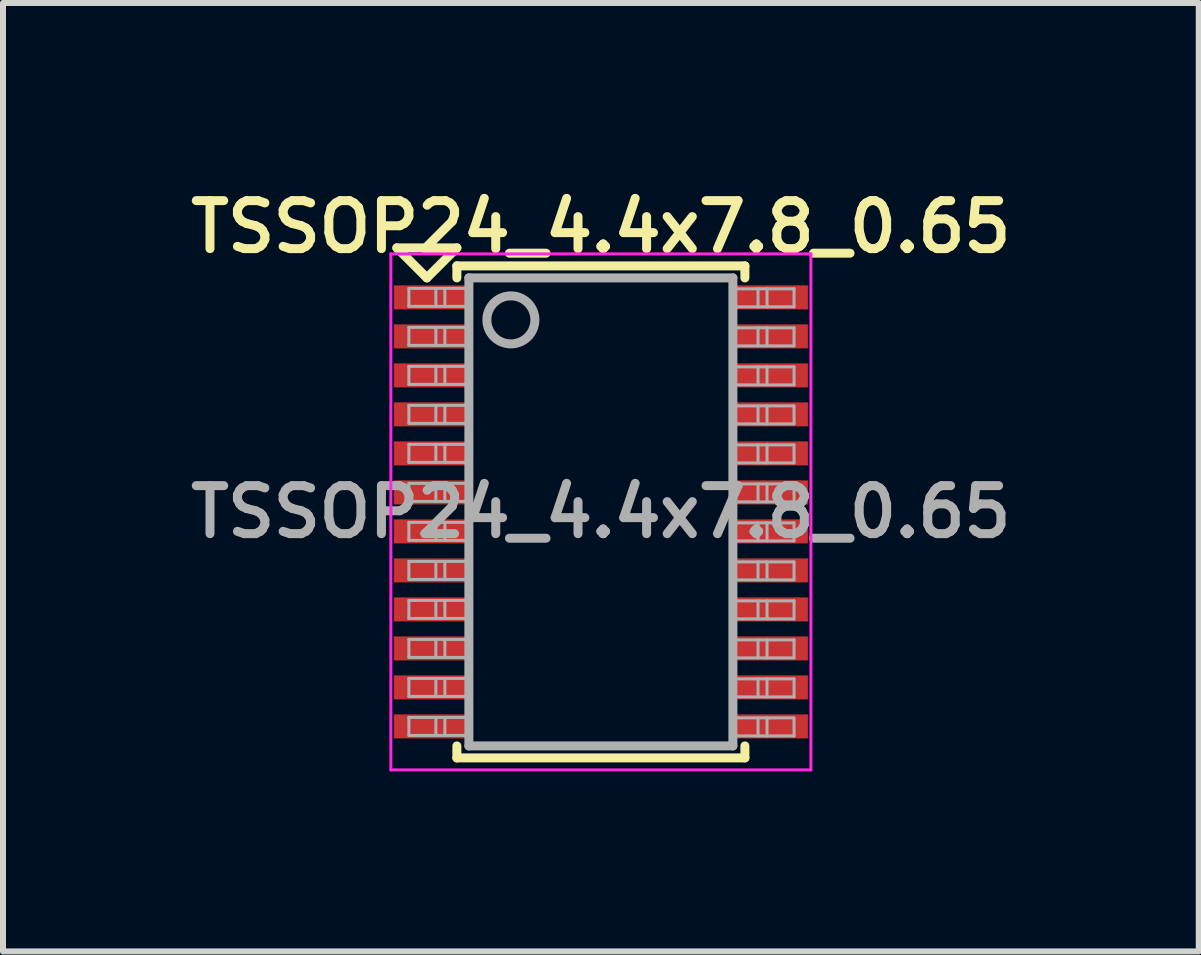
<source format=kicad_pcb>
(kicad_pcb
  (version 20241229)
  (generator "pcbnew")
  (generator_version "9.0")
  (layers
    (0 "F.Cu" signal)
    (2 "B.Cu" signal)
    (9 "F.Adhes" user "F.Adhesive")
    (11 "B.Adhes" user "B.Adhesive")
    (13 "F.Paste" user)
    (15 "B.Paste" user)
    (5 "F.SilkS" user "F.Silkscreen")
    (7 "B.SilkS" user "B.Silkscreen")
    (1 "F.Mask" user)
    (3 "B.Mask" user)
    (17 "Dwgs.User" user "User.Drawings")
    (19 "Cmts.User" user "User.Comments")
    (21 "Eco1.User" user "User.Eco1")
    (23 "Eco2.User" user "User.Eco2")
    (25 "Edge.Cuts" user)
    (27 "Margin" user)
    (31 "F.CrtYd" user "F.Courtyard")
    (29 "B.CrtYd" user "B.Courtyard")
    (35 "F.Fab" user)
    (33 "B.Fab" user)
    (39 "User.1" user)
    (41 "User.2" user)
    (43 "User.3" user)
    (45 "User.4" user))
  (footprint "TSSOP24_4.4x7.8_0.65"
    (layer "F.Cu")
    (at 6.964 5.481)
    (property "Reference" "TSSOP24_4.4x7.8_0.65" (at 0 -4.75 0) (layer "F.SilkS") (effects (font (size 0.8 0.8) (thickness 0.15))))
    (attr smd)
    (fp_line (start -3.4 -4.4) (end -2.4 -4.4) (stroke (width 0.15) (type solid)) (layer "F.SilkS"))
    (fp_line (start -2.9 -3.9) (end -3.4 -4.4) (stroke (width 0.15) (type solid)) (layer "F.SilkS"))
    (fp_line (start -2.4 -4.4) (end -2.9 -3.9) (stroke (width 0.15) (type solid)) (layer "F.SilkS"))
    (fp_line (start -2.4 -4.1) (end 2.4 -4.1) (stroke (width 0.15) (type solid)) (layer "F.SilkS"))
    (fp_line (start -2.4 -3.9) (end -2.4 -4.1) (stroke (width 0.15) (type solid)) (layer "F.SilkS"))
    (fp_line (start -2.4 3.9) (end -2.4 4.1) (stroke (width 0.15) (type solid)) (layer "F.SilkS"))
    (fp_line (start -2.4 4.1) (end 2.4 4.1) (stroke (width 0.15) (type solid)) (layer "F.SilkS"))
    (fp_line (start 2.4 -4.1) (end 2.4 -3.9) (stroke (width 0.15) (type solid)) (layer "F.SilkS"))
    (fp_line (start 2.4 4.1) (end 2.4 3.9) (stroke (width 0.15) (type solid)) (layer "F.SilkS"))
    (fp_line (start -3.5 -4.3) (end -3.5 4.3) (stroke (width 0.05) (type solid)) (layer "F.CrtYd"))
    (fp_line (start -3.5 4.3) (end 3.5 4.3) (stroke (width 0.05) (type solid)) (layer "F.CrtYd"))
    (fp_line (start 3.5 -4.3) (end -3.5 -4.3) (stroke (width 0.05) (type solid)) (layer "F.CrtYd"))
    (fp_line (start 3.5 4.3) (end 3.5 -4.3) (stroke (width 0.05) (type solid)) (layer "F.CrtYd"))
    (fp_line (start -3.2 -3.725) (end -3.2 -3.425) (stroke (width 0.05) (type solid)) (layer "F.Fab"))
    (fp_line (start -3.2 -3.425) (end -2.2 -3.425) (stroke (width 0.05) (type solid)) (layer "F.Fab"))
    (fp_line (start -3.2 -3.075) (end -3.2 -2.775) (stroke (width 0.05) (type solid)) (layer "F.Fab"))
    (fp_line (start -3.2 -2.775) (end -2.2 -2.775) (stroke (width 0.05) (type solid)) (layer "F.Fab"))
    (fp_line (start -3.2 -2.425) (end -3.2 -2.125) (stroke (width 0.05) (type solid)) (layer "F.Fab"))
    (fp_line (start -3.2 -2.125) (end -2.2 -2.125) (stroke (width 0.05) (type solid)) (layer "F.Fab"))
    (fp_line (start -3.2 -1.775) (end -3.2 -1.475) (stroke (width 0.05) (type solid)) (layer "F.Fab"))
    (fp_line (start -3.2 -1.475) (end -2.2 -1.475) (stroke (width 0.05) (type solid)) (layer "F.Fab"))
    (fp_line (start -3.2 -1.125) (end -3.2 -0.825) (stroke (width 0.05) (type solid)) (layer "F.Fab"))
    (fp_line (start -3.2 -0.825) (end -2.2 -0.825) (stroke (width 0.05) (type solid)) (layer "F.Fab"))
    (fp_line (start -3.2 -0.475) (end -3.2 -0.175) (stroke (width 0.05) (type solid)) (layer "F.Fab"))
    (fp_line (start -3.2 -0.175) (end -2.2 -0.175) (stroke (width 0.05) (type solid)) (layer "F.Fab"))
    (fp_line (start -3.2 0.175) (end -3.2 0.475) (stroke (width 0.05) (type solid)) (layer "F.Fab"))
    (fp_line (start -3.2 0.475) (end -2.2 0.475) (stroke (width 0.05) (type solid)) (layer "F.Fab"))
    (fp_line (start -3.2 0.825) (end -3.2 1.125) (stroke (width 0.05) (type solid)) (layer "F.Fab"))
    (fp_line (start -3.2 1.125) (end -2.2 1.125) (stroke (width 0.05) (type solid)) (layer "F.Fab"))
    (fp_line (start -3.2 1.475) (end -3.2 1.775) (stroke (width 0.05) (type solid)) (layer "F.Fab"))
    (fp_line (start -3.2 1.775) (end -2.2 1.775) (stroke (width 0.05) (type solid)) (layer "F.Fab"))
    (fp_line (start -3.2 2.125) (end -3.2 2.425) (stroke (width 0.05) (type solid)) (layer "F.Fab"))
    (fp_line (start -3.2 2.425) (end -2.2 2.425) (stroke (width 0.05) (type solid)) (layer "F.Fab"))
    (fp_line (start -3.2 2.775) (end -3.2 3.075) (stroke (width 0.05) (type solid)) (layer "F.Fab"))
    (fp_line (start -3.2 3.075) (end -2.2 3.075) (stroke (width 0.05) (type solid)) (layer "F.Fab"))
    (fp_line (start -3.2 3.425) (end -3.2 3.725) (stroke (width 0.05) (type solid)) (layer "F.Fab"))
    (fp_line (start -3.2 3.725) (end -2.2 3.725) (stroke (width 0.05) (type solid)) (layer "F.Fab"))
    (fp_line (start -2.75 -3.725) (end -2.75 -3.425) (stroke (width 0.05) (type solid)) (layer "F.Fab"))
    (fp_line (start -2.75 -3.075) (end -2.75 -2.775) (stroke (width 0.05) (type solid)) (layer "F.Fab"))
    (fp_line (start -2.75 -2.425) (end -2.75 -2.125) (stroke (width 0.05) (type solid)) (layer "F.Fab"))
    (fp_line (start -2.75 -1.775) (end -2.75 -1.475) (stroke (width 0.05) (type solid)) (layer "F.Fab"))
    (fp_line (start -2.75 -1.125) (end -2.75 -0.825) (stroke (width 0.05) (type solid)) (layer "F.Fab"))
    (fp_line (start -2.75 -0.475) (end -2.75 -0.175) (stroke (width 0.05) (type solid)) (layer "F.Fab"))
    (fp_line (start -2.75 0.175) (end -2.75 0.475) (stroke (width 0.05) (type solid)) (layer "F.Fab"))
    (fp_line (start -2.75 0.825) (end -2.75 1.125) (stroke (width 0.05) (type solid)) (layer "F.Fab"))
    (fp_line (start -2.75 1.475) (end -2.75 1.775) (stroke (width 0.05) (type solid)) (layer "F.Fab"))
    (fp_line (start -2.75 2.125) (end -2.75 2.425) (stroke (width 0.05) (type solid)) (layer "F.Fab"))
    (fp_line (start -2.75 2.775) (end -2.75 3.075) (stroke (width 0.05) (type solid)) (layer "F.Fab"))
    (fp_line (start -2.75 3.425) (end -2.75 3.725) (stroke (width 0.05) (type solid)) (layer "F.Fab"))
    (fp_line (start -2.6 -3.725) (end -2.6 -3.425) (stroke (width 0.05) (type solid)) (layer "F.Fab"))
    (fp_line (start -2.6 -3.075) (end -2.6 -2.775) (stroke (width 0.05) (type solid)) (layer "F.Fab"))
    (fp_line (start -2.6 -2.425) (end -2.6 -2.125) (stroke (width 0.05) (type solid)) (layer "F.Fab"))
    (fp_line (start -2.6 -1.775) (end -2.6 -1.475) (stroke (width 0.05) (type solid)) (layer "F.Fab"))
    (fp_line (start -2.6 -1.125) (end -2.6 -0.825) (stroke (width 0.05) (type solid)) (layer "F.Fab"))
    (fp_line (start -2.6 -0.475) (end -2.6 -0.175) (stroke (width 0.05) (type solid)) (layer "F.Fab"))
    (fp_line (start -2.6 0.175) (end -2.6 0.475) (stroke (width 0.05) (type solid)) (layer "F.Fab"))
    (fp_line (start -2.6 0.825) (end -2.6 1.125) (stroke (width 0.05) (type solid)) (layer "F.Fab"))
    (fp_line (start -2.6 1.475) (end -2.6 1.775) (stroke (width 0.05) (type solid)) (layer "F.Fab"))
    (fp_line (start -2.6 2.125) (end -2.6 2.425) (stroke (width 0.05) (type solid)) (layer "F.Fab"))
    (fp_line (start -2.6 2.775) (end -2.6 3.075) (stroke (width 0.05) (type solid)) (layer "F.Fab"))
    (fp_line (start -2.6 3.425) (end -2.6 3.725) (stroke (width 0.05) (type solid)) (layer "F.Fab"))
    (fp_line (start -2.2 -3.9) (end 2.2 -3.9) (stroke (width 0.15) (type solid)) (layer "F.Fab"))
    (fp_line (start -2.2 -3.725) (end -3.2 -3.725) (stroke (width 0.05) (type solid)) (layer "F.Fab"))
    (fp_line (start -2.2 -3.075) (end -3.2 -3.075) (stroke (width 0.05) (type solid)) (layer "F.Fab"))
    (fp_line (start -2.2 -2.425) (end -3.2 -2.425) (stroke (width 0.05) (type solid)) (layer "F.Fab"))
    (fp_line (start -2.2 -1.775) (end -3.2 -1.775) (stroke (width 0.05) (type solid)) (layer "F.Fab"))
    (fp_line (start -2.2 -1.125) (end -3.2 -1.125) (stroke (width 0.05) (type solid)) (layer "F.Fab"))
    (fp_line (start -2.2 -0.475) (end -3.2 -0.475) (stroke (width 0.05) (type solid)) (layer "F.Fab"))
    (fp_line (start -2.2 0.175) (end -3.2 0.175) (stroke (width 0.05) (type solid)) (layer "F.Fab"))
    (fp_line (start -2.2 0.825) (end -3.2 0.825) (stroke (width 0.05) (type solid)) (layer "F.Fab"))
    (fp_line (start -2.2 1.475) (end -3.2 1.475) (stroke (width 0.05) (type solid)) (layer "F.Fab"))
    (fp_line (start -2.2 2.125) (end -3.2 2.125) (stroke (width 0.05) (type solid)) (layer "F.Fab"))
    (fp_line (start -2.2 2.775) (end -3.2 2.775) (stroke (width 0.05) (type solid)) (layer "F.Fab"))
    (fp_line (start -2.2 3.425) (end -3.2 3.425) (stroke (width 0.05) (type solid)) (layer "F.Fab"))
    (fp_line (start -2.2 3.9) (end -2.2 -3.9) (stroke (width 0.15) (type solid)) (layer "F.Fab"))
    (fp_line (start 2.2 -3.9) (end 2.2 3.9) (stroke (width 0.15) (type solid)) (layer "F.Fab"))
    (fp_line (start 2.2 3.9) (end -2.2 3.9) (stroke (width 0.15) (type solid)) (layer "F.Fab"))
    (fp_line (start 2.219 -3.417) (end 3.219 -3.417) (stroke (width 0.05) (type solid)) (layer "F.Fab"))
    (fp_line (start 2.219 -2.767) (end 3.219 -2.767) (stroke (width 0.05) (type solid)) (layer "F.Fab"))
    (fp_line (start 2.219 -2.117) (end 3.219 -2.117) (stroke (width 0.05) (type solid)) (layer "F.Fab"))
    (fp_line (start 2.219 -1.467) (end 3.219 -1.467) (stroke (width 0.05) (type solid)) (layer "F.Fab"))
    (fp_line (start 2.219 -0.817) (end 3.219 -0.817) (stroke (width 0.05) (type solid)) (layer "F.Fab"))
    (fp_line (start 2.219 -0.167) (end 3.219 -0.167) (stroke (width 0.05) (type solid)) (layer "F.Fab"))
    (fp_line (start 2.219 0.483) (end 3.219 0.483) (stroke (width 0.05) (type solid)) (layer "F.Fab"))
    (fp_line (start 2.219 1.133) (end 3.219 1.133) (stroke (width 0.05) (type solid)) (layer "F.Fab"))
    (fp_line (start 2.219 1.783) (end 3.219 1.783) (stroke (width 0.05) (type solid)) (layer "F.Fab"))
    (fp_line (start 2.219 2.433) (end 3.219 2.433) (stroke (width 0.05) (type solid)) (layer "F.Fab"))
    (fp_line (start 2.219 3.083) (end 3.219 3.083) (stroke (width 0.05) (type solid)) (layer "F.Fab"))
    (fp_line (start 2.219 3.733) (end 3.219 3.733) (stroke (width 0.05) (type solid)) (layer "F.Fab"))
    (fp_line (start 2.619 -3.417) (end 2.619 -3.717) (stroke (width 0.05) (type solid)) (layer "F.Fab"))
    (fp_line (start 2.619 -2.767) (end 2.619 -3.067) (stroke (width 0.05) (type solid)) (layer "F.Fab"))
    (fp_line (start 2.619 -2.117) (end 2.619 -2.417) (stroke (width 0.05) (type solid)) (layer "F.Fab"))
    (fp_line (start 2.619 -1.467) (end 2.619 -1.767) (stroke (width 0.05) (type solid)) (layer "F.Fab"))
    (fp_line (start 2.619 -0.817) (end 2.619 -1.117) (stroke (width 0.05) (type solid)) (layer "F.Fab"))
    (fp_line (start 2.619 -0.167) (end 2.619 -0.467) (stroke (width 0.05) (type solid)) (layer "F.Fab"))
    (fp_line (start 2.619 0.483) (end 2.619 0.183) (stroke (width 0.05) (type solid)) (layer "F.Fab"))
    (fp_line (start 2.619 1.133) (end 2.619 0.833) (stroke (width 0.05) (type solid)) (layer "F.Fab"))
    (fp_line (start 2.619 1.783) (end 2.619 1.483) (stroke (width 0.05) (type solid)) (layer "F.Fab"))
    (fp_line (start 2.619 2.433) (end 2.619 2.133) (stroke (width 0.05) (type solid)) (layer "F.Fab"))
    (fp_line (start 2.619 3.083) (end 2.619 2.783) (stroke (width 0.05) (type solid)) (layer "F.Fab"))
    (fp_line (start 2.619 3.733) (end 2.619 3.433) (stroke (width 0.05) (type solid)) (layer "F.Fab"))
    (fp_line (start 2.769 -3.417) (end 2.769 -3.717) (stroke (width 0.05) (type solid)) (layer "F.Fab"))
    (fp_line (start 2.769 -2.767) (end 2.769 -3.067) (stroke (width 0.05) (type solid)) (layer "F.Fab"))
    (fp_line (start 2.769 -2.117) (end 2.769 -2.417) (stroke (width 0.05) (type solid)) (layer "F.Fab"))
    (fp_line (start 2.769 -1.467) (end 2.769 -1.767) (stroke (width 0.05) (type solid)) (layer "F.Fab"))
    (fp_line (start 2.769 -0.817) (end 2.769 -1.117) (stroke (width 0.05) (type solid)) (layer "F.Fab"))
    (fp_line (start 2.769 -0.167) (end 2.769 -0.467) (stroke (width 0.05) (type solid)) (layer "F.Fab"))
    (fp_line (start 2.769 0.483) (end 2.769 0.183) (stroke (width 0.05) (type solid)) (layer "F.Fab"))
    (fp_line (start 2.769 1.133) (end 2.769 0.833) (stroke (width 0.05) (type solid)) (layer "F.Fab"))
    (fp_line (start 2.769 1.783) (end 2.769 1.483) (stroke (width 0.05) (type solid)) (layer "F.Fab"))
    (fp_line (start 2.769 2.433) (end 2.769 2.133) (stroke (width 0.05) (type solid)) (layer "F.Fab"))
    (fp_line (start 2.769 3.083) (end 2.769 2.783) (stroke (width 0.05) (type solid)) (layer "F.Fab"))
    (fp_line (start 2.769 3.733) (end 2.769 3.433) (stroke (width 0.05) (type solid)) (layer "F.Fab"))
    (fp_line (start 3.219 -3.717) (end 2.219 -3.717) (stroke (width 0.05) (type solid)) (layer "F.Fab"))
    (fp_line (start 3.219 -3.417) (end 3.219 -3.717) (stroke (width 0.05) (type solid)) (layer "F.Fab"))
    (fp_line (start 3.219 -3.067) (end 2.219 -3.067) (stroke (width 0.05) (type solid)) (layer "F.Fab"))
    (fp_line (start 3.219 -2.767) (end 3.219 -3.067) (stroke (width 0.05) (type solid)) (layer "F.Fab"))
    (fp_line (start 3.219 -2.417) (end 2.219 -2.417) (stroke (width 0.05) (type solid)) (layer "F.Fab"))
    (fp_line (start 3.219 -2.117) (end 3.219 -2.417) (stroke (width 0.05) (type solid)) (layer "F.Fab"))
    (fp_line (start 3.219 -1.767) (end 2.219 -1.767) (stroke (width 0.05) (type solid)) (layer "F.Fab"))
    (fp_line (start 3.219 -1.467) (end 3.219 -1.767) (stroke (width 0.05) (type solid)) (layer "F.Fab"))
    (fp_line (start 3.219 -1.117) (end 2.219 -1.117) (stroke (width 0.05) (type solid)) (layer "F.Fab"))
    (fp_line (start 3.219 -0.817) (end 3.219 -1.117) (stroke (width 0.05) (type solid)) (layer "F.Fab"))
    (fp_line (start 3.219 -0.467) (end 2.219 -0.467) (stroke (width 0.05) (type solid)) (layer "F.Fab"))
    (fp_line (start 3.219 -0.167) (end 3.219 -0.467) (stroke (width 0.05) (type solid)) (layer "F.Fab"))
    (fp_line (start 3.219 0.183) (end 2.219 0.183) (stroke (width 0.05) (type solid)) (layer "F.Fab"))
    (fp_line (start 3.219 0.483) (end 3.219 0.183) (stroke (width 0.05) (type solid)) (layer "F.Fab"))
    (fp_line (start 3.219 0.833) (end 2.219 0.833) (stroke (width 0.05) (type solid)) (layer "F.Fab"))
    (fp_line (start 3.219 1.133) (end 3.219 0.833) (stroke (width 0.05) (type solid)) (layer "F.Fab"))
    (fp_line (start 3.219 1.483) (end 2.219 1.483) (stroke (width 0.05) (type solid)) (layer "F.Fab"))
    (fp_line (start 3.219 1.783) (end 3.219 1.483) (stroke (width 0.05) (type solid)) (layer "F.Fab"))
    (fp_line (start 3.219 2.133) (end 2.219 2.133) (stroke (width 0.05) (type solid)) (layer "F.Fab"))
    (fp_line (start 3.219 2.433) (end 3.219 2.133) (stroke (width 0.05) (type solid)) (layer "F.Fab"))
    (fp_line (start 3.219 2.783) (end 2.219 2.783) (stroke (width 0.05) (type solid)) (layer "F.Fab"))
    (fp_line (start 3.219 3.083) (end 3.219 2.783) (stroke (width 0.05) (type solid)) (layer "F.Fab"))
    (fp_line (start 3.219 3.433) (end 2.219 3.433) (stroke (width 0.05) (type solid)) (layer "F.Fab"))
    (fp_line (start 3.219 3.733) (end 3.219 3.433) (stroke (width 0.05) (type solid)) (layer "F.Fab"))
    (fp_circle (center -1.5 -3.2) (end -1.1 -3.2) (stroke (width 0.15) (type solid)) (fill no) (layer "F.Fab"))
    (fp_text user "${REFERENCE}" (at 0 0 0) (layer "F.Fab") (effects (font (size 0.8 0.8) (thickness 0.15))))
    (pad "1" smd rect (at -2.85 -3.575) (size 1.2 0.4) (layers "F.Cu" "F.Mask" "F.Paste"))
    (pad "2" smd rect (at -2.85 -2.925) (size 1.2 0.4) (layers "F.Cu" "F.Mask" "F.Paste"))
    (pad "3" smd rect (at -2.85 -2.275) (size 1.2 0.4) (layers "F.Cu" "F.Mask" "F.Paste"))
    (pad "4" smd rect (at -2.85 -1.625) (size 1.2 0.4) (layers "F.Cu" "F.Mask" "F.Paste"))
    (pad "5" smd rect (at -2.85 -0.975) (size 1.2 0.4) (layers "F.Cu" "F.Mask" "F.Paste"))
    (pad "6" smd rect (at -2.85 -0.325) (size 1.2 0.4) (layers "F.Cu" "F.Mask" "F.Paste"))
    (pad "7" smd rect (at -2.85 0.325) (size 1.2 0.4) (layers "F.Cu" "F.Mask" "F.Paste"))
    (pad "8" smd rect (at -2.85 0.975) (size 1.2 0.4) (layers "F.Cu" "F.Mask" "F.Paste"))
    (pad "9" smd rect (at -2.85 1.625) (size 1.2 0.4) (layers "F.Cu" "F.Mask" "F.Paste"))
    (pad "10" smd rect (at -2.85 2.275) (size 1.2 0.4) (layers "F.Cu" "F.Mask" "F.Paste"))
    (pad "11" smd rect (at -2.85 2.925) (size 1.2 0.4) (layers "F.Cu" "F.Mask" "F.Paste"))
    (pad "12" smd rect (at -2.85 3.575) (size 1.2 0.4) (layers "F.Cu" "F.Mask" "F.Paste"))
    (pad "13" smd rect (at 2.85 3.575) (size 1.2 0.4) (layers "F.Cu" "F.Mask" "F.Paste"))
    (pad "14" smd rect (at 2.85 2.925) (size 1.2 0.4) (layers "F.Cu" "F.Mask" "F.Paste"))
    (pad "15" smd rect (at 2.85 2.275) (size 1.2 0.4) (layers "F.Cu" "F.Mask" "F.Paste"))
    (pad "16" smd rect (at 2.85 1.625) (size 1.2 0.4) (layers "F.Cu" "F.Mask" "F.Paste"))
    (pad "17" smd rect (at 2.85 0.975) (size 1.2 0.4) (layers "F.Cu" "F.Mask" "F.Paste"))
    (pad "18" smd rect (at 2.85 0.325) (size 1.2 0.4) (layers "F.Cu" "F.Mask" "F.Paste"))
    (pad "19" smd rect (at 2.85 -0.325) (size 1.2 0.4) (layers "F.Cu" "F.Mask" "F.Paste"))
    (pad "20" smd rect (at 2.85 -0.975) (size 1.2 0.4) (layers "F.Cu" "F.Mask" "F.Paste"))
    (pad "21" smd rect (at 2.85 -1.625) (size 1.2 0.4) (layers "F.Cu" "F.Mask" "F.Paste"))
    (pad "22" smd rect (at 2.85 -2.275) (size 1.2 0.4) (layers "F.Cu" "F.Mask" "F.Paste"))
    (pad "23" smd rect (at 2.85 -2.925) (size 1.2 0.4) (layers "F.Cu" "F.Mask" "F.Paste"))
    (pad "24" smd rect (at 2.85 -3.575) (size 1.2 0.4) (layers "F.Cu" "F.Mask" "F.Paste")))
  (gr_rect
    (start -3 -3)
    (end 16.928 12.806)
    (stroke (width 0.1) (type default))
    (fill no)
    (layer "Edge.Cuts")))
</source>
